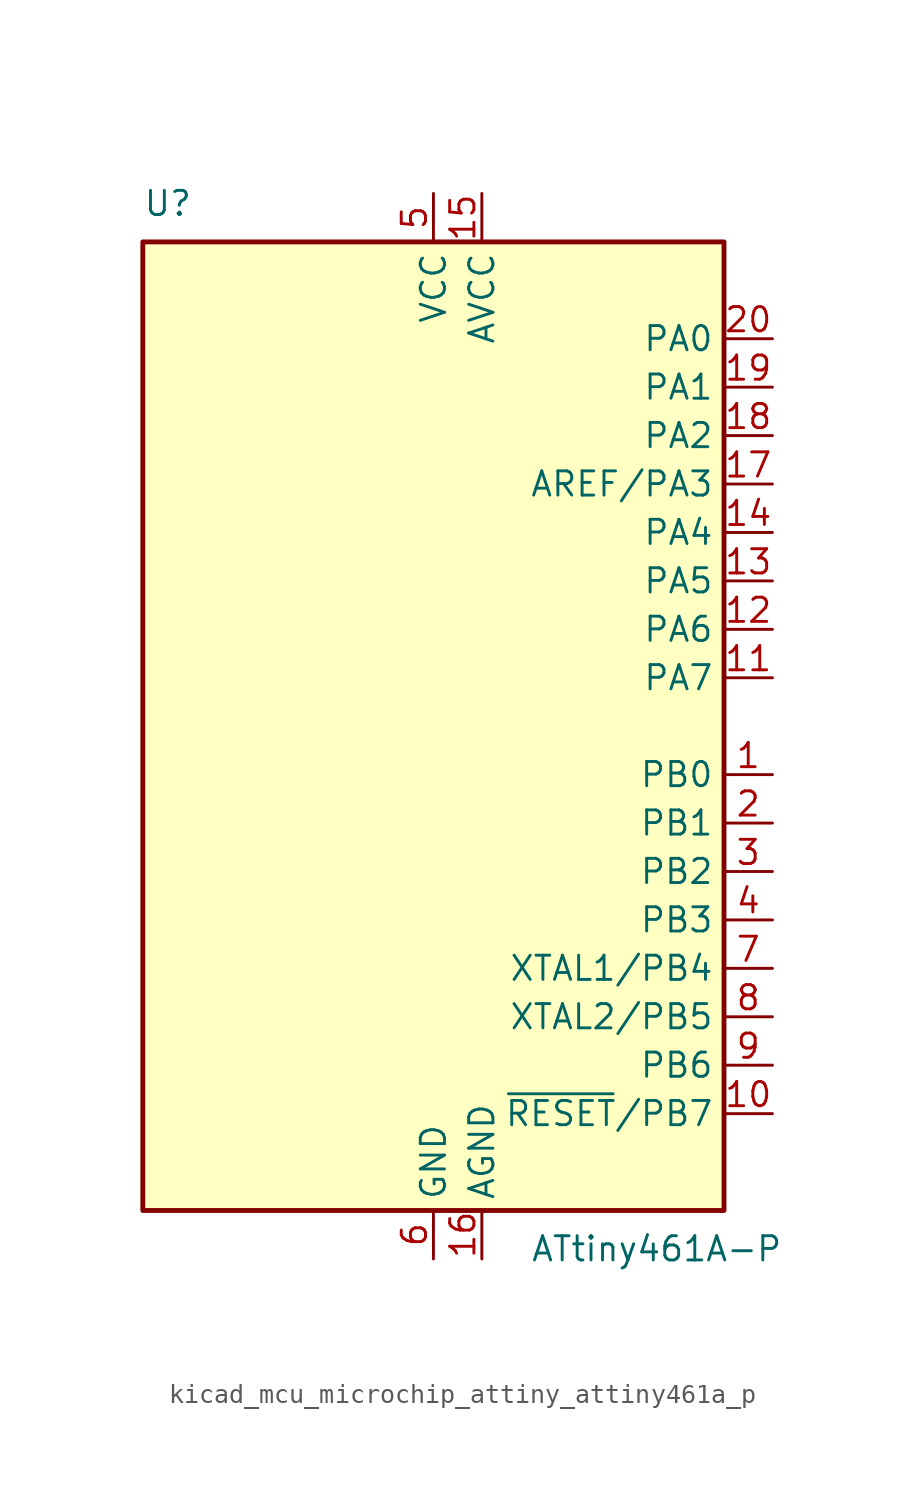
<source format=kicad_sym>
(kicad_symbol_lib
  (version 20220914)
  (generator kicad_symbol_editor)
  (symbol "kicad_mcu_microchip_attiny_attiny461a_p"
    (property "Reference" "U"
      (at -15.24 26.67 0)
      (effects (font (size 1.27 1.27)) (justify left bottom)))
    (property "Value" "ATtiny461A-P"
      (at 5.08 -26.67 0)
      (effects (font (size 1.27 1.27)) (justify left top)))
    (symbol "kicad_mcu_microchip_attiny_attiny461a_p_0_1"
      (rectangle (start -15.24 -25.4) (end 15.24 25.4) (stroke (width 0.254) (type default)) (fill (type background))))
    (symbol "kicad_mcu_microchip_attiny_attiny461a_p_1_1"
      (pin bidirectional line (at 17.78 -2.54 180) (length 2.54) (name "PB0" (effects (font (size 1.27 1.27)))) (number "1" (effects (font (size 1.27 1.27)))))
      (pin bidirectional line (at 17.78 -20.32 180) (length 2.54) (name "~{RESET}/PB7" (effects (font (size 1.27 1.27)))) (number "10" (effects (font (size 1.27 1.27)))))
      (pin bidirectional line (at 17.78 2.54 180) (length 2.54) (name "PA7" (effects (font (size 1.27 1.27)))) (number "11" (effects (font (size 1.27 1.27)))))
      (pin bidirectional line (at 17.78 5.08 180) (length 2.54) (name "PA6" (effects (font (size 1.27 1.27)))) (number "12" (effects (font (size 1.27 1.27)))))
      (pin bidirectional line (at 17.78 7.62 180) (length 2.54) (name "PA5" (effects (font (size 1.27 1.27)))) (number "13" (effects (font (size 1.27 1.27)))))
      (pin bidirectional line (at 17.78 10.16 180) (length 2.54) (name "PA4" (effects (font (size 1.27 1.27)))) (number "14" (effects (font (size 1.27 1.27)))))
      (pin power_in line (at 2.54 27.94 270) (length 2.54) (name "AVCC" (effects (font (size 1.27 1.27)))) (number "15" (effects (font (size 1.27 1.27)))))
      (pin power_in line (at 2.54 -27.94 90) (length 2.54) (name "AGND" (effects (font (size 1.27 1.27)))) (number "16" (effects (font (size 1.27 1.27)))))
      (pin bidirectional line (at 17.78 12.7 180) (length 2.54) (name "AREF/PA3" (effects (font (size 1.27 1.27)))) (number "17" (effects (font (size 1.27 1.27)))))
      (pin bidirectional line (at 17.78 15.24 180) (length 2.54) (name "PA2" (effects (font (size 1.27 1.27)))) (number "18" (effects (font (size 1.27 1.27)))))
      (pin bidirectional line (at 17.78 17.78 180) (length 2.54) (name "PA1" (effects (font (size 1.27 1.27)))) (number "19" (effects (font (size 1.27 1.27)))))
      (pin bidirectional line (at 17.78 -5.08 180) (length 2.54) (name "PB1" (effects (font (size 1.27 1.27)))) (number "2" (effects (font (size 1.27 1.27)))))
      (pin bidirectional line (at 17.78 20.32 180) (length 2.54) (name "PA0" (effects (font (size 1.27 1.27)))) (number "20" (effects (font (size 1.27 1.27)))))
      (pin bidirectional line (at 17.78 -7.62 180) (length 2.54) (name "PB2" (effects (font (size 1.27 1.27)))) (number "3" (effects (font (size 1.27 1.27)))))
      (pin bidirectional line (at 17.78 -10.16 180) (length 2.54) (name "PB3" (effects (font (size 1.27 1.27)))) (number "4" (effects (font (size 1.27 1.27)))))
      (pin power_in line (at 0 27.94 270) (length 2.54) (name "VCC" (effects (font (size 1.27 1.27)))) (number "5" (effects (font (size 1.27 1.27)))))
      (pin power_in line (at 0 -27.94 90) (length 2.54) (name "GND" (effects (font (size 1.27 1.27)))) (number "6" (effects (font (size 1.27 1.27)))))
      (pin bidirectional line (at 17.78 -12.7 180) (length 2.54) (name "XTAL1/PB4" (effects (font (size 1.27 1.27)))) (number "7" (effects (font (size 1.27 1.27)))))
      (pin bidirectional line (at 17.78 -15.24 180) (length 2.54) (name "XTAL2/PB5" (effects (font (size 1.27 1.27)))) (number "8" (effects (font (size 1.27 1.27)))))
      (pin bidirectional line (at 17.78 -17.78 180) (length 2.54) (name "PB6" (effects (font (size 1.27 1.27)))) (number "9" (effects (font (size 1.27 1.27))))))))
</source>
